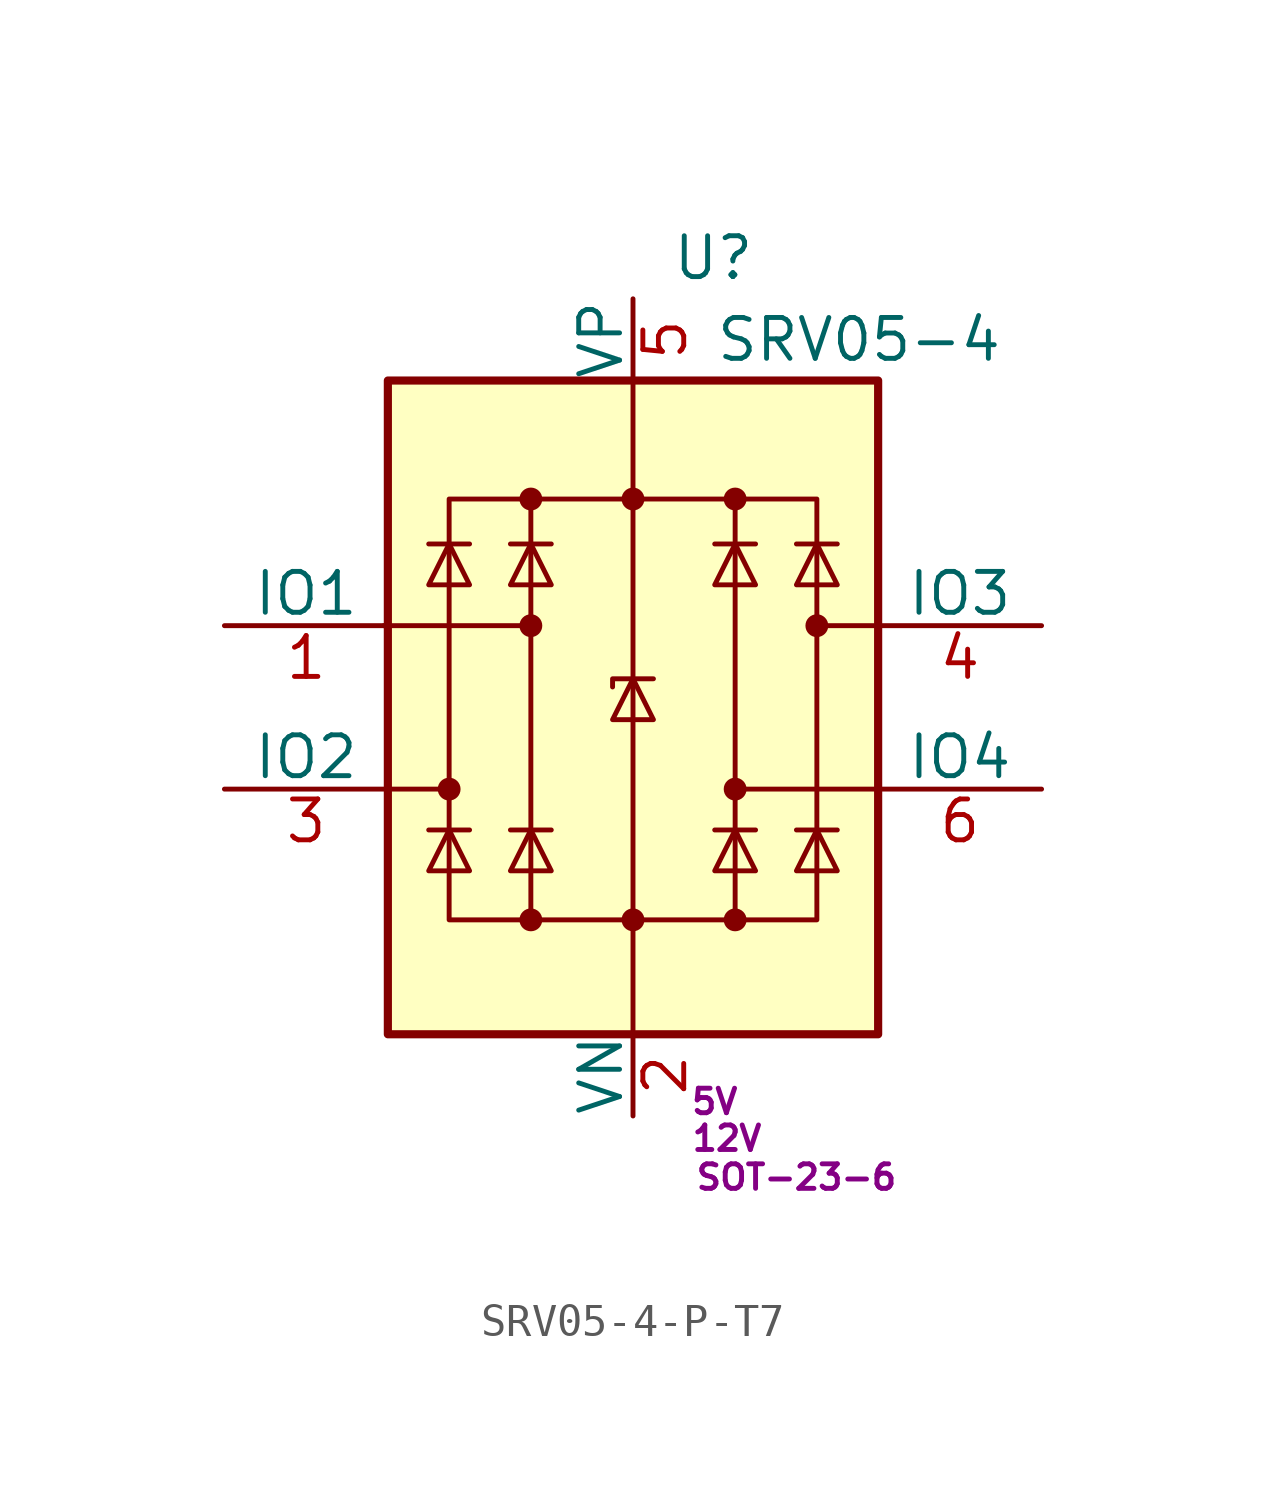
<source format=kicad_sym>
(kicad_symbol_lib
  (version 20220914)
  (generator kicad_symbol_editor)
  (symbol "SRV05-4-P-T7"
    (pin_names
      (offset 0))
    (property "Reference" "U"
      (at 3.81 13.97 0)
      (effects (font (size 1.27 1.27)) (justify right)))
    (property "Value" "SRV05-4"
      (at 2.54 11.43 0)
      (effects (font (size 1.27 1.27)) (justify left)))
    (property "Package" "SOT-23-6"
      (at 5.08 -14.605 0)
      (effects (font (size 0.762 0.762))))
    (property "VRWM" "5V"
      (at 2.54 -12.7 0)
      (effects (font (size 0.762 0.762)) (justify bottom)))
    (property "Vclamp" "12V"
      (at 2.921 -13.843 0)
      (effects (font (size 0.762 0.762)) (justify bottom)))
    (symbol "SRV05-4-P-T7_0_0"
      (rectangle (start -5.715 6.477) (end 5.715 -6.604) (stroke (width 0) (type default)) (fill (type none)))
      (polyline (pts (xy -3.175 -6.604) (xy -3.175 6.477)) (stroke (width 0) (type default)) (fill (type none)))
      (polyline (pts (xy 3.175 6.477) (xy 3.175 -6.604)) (stroke (width 0) (type default)) (fill (type none))))
    (symbol "SRV05-4-P-T7_0_1"
      (rectangle (start -7.62 10.16) (end 7.62 -10.16) (stroke (width 0.254) (type default)) (fill (type background)))
      (circle (center -5.715 -2.54) (radius 0.279) (stroke (width 0) (type default)) (fill (type outline)))
      (circle (center -3.175 -6.604) (radius 0.279) (stroke (width 0) (type default)) (fill (type outline)))
      (circle (center -3.175 2.54) (radius 0.279) (stroke (width 0) (type default)) (fill (type outline)))
      (circle (center -3.175 6.477) (radius 0.279) (stroke (width 0) (type default)) (fill (type outline)))
      (circle (center 0 -6.604) (radius 0.279) (stroke (width 0) (type default)) (fill (type outline)))
      (polyline (pts (xy -7.747 2.54) (xy -3.175 2.54)) (stroke (width 0) (type default)) (fill (type none)))
      (polyline (pts (xy -7.62 -2.54) (xy -5.715 -2.54)) (stroke (width 0) (type default)) (fill (type none)))
      (polyline (pts (xy -5.08 -3.81) (xy -6.35 -3.81)) (stroke (width 0) (type default)) (fill (type none)))
      (polyline (pts (xy -5.08 5.08) (xy -6.35 5.08)) (stroke (width 0) (type default)) (fill (type none)))
      (polyline (pts (xy -2.54 -3.81) (xy -3.81 -3.81)) (stroke (width 0) (type default)) (fill (type none)))
      (polyline (pts (xy -2.54 5.08) (xy -3.81 5.08)) (stroke (width 0) (type default)) (fill (type none)))
      (polyline (pts (xy 0 10.16) (xy 0 -10.16)) (stroke (width 0) (type default)) (fill (type none)))
      (polyline (pts (xy 3.81 -3.81) (xy 2.54 -3.81)) (stroke (width 0) (type default)) (fill (type none)))
      (polyline (pts (xy 3.81 5.08) (xy 2.54 5.08)) (stroke (width 0) (type default)) (fill (type none)))
      (polyline (pts (xy 6.35 -3.81) (xy 5.08 -3.81)) (stroke (width 0) (type default)) (fill (type none)))
      (polyline (pts (xy 6.35 5.08) (xy 5.08 5.08)) (stroke (width 0) (type default)) (fill (type none)))
      (polyline (pts (xy 7.62 -2.54) (xy 3.175 -2.54)) (stroke (width 0) (type default)) (fill (type none)))
      (polyline (pts (xy 7.62 2.54) (xy 5.715 2.54)) (stroke (width 0) (type default)) (fill (type none)))
      (polyline (pts (xy 0.635 0.889) (xy -0.635 0.889) (xy -0.635 0.635)) (stroke (width 0) (type default)) (fill (type none)))
      (polyline (pts (xy -5.08 -5.08) (xy -6.35 -5.08) (xy -5.715 -3.81) (xy -5.08 -5.08)) (stroke (width 0) (type default)) (fill (type none)))
      (polyline (pts (xy -5.08 3.81) (xy -6.35 3.81) (xy -5.715 5.08) (xy -5.08 3.81)) (stroke (width 0) (type default)) (fill (type none)))
      (polyline (pts (xy -2.54 -5.08) (xy -3.81 -5.08) (xy -3.175 -3.81) (xy -2.54 -5.08)) (stroke (width 0) (type default)) (fill (type none)))
      (polyline (pts (xy -2.54 3.81) (xy -3.81 3.81) (xy -3.175 5.08) (xy -2.54 3.81)) (stroke (width 0) (type default)) (fill (type none)))
      (polyline (pts (xy 0.635 -0.381) (xy -0.635 -0.381) (xy 0 0.889) (xy 0.635 -0.381)) (stroke (width 0) (type default)) (fill (type none)))
      (polyline (pts (xy 3.81 -5.08) (xy 2.54 -5.08) (xy 3.175 -3.81) (xy 3.81 -5.08)) (stroke (width 0) (type default)) (fill (type none)))
      (polyline (pts (xy 3.81 3.81) (xy 2.54 3.81) (xy 3.175 5.08) (xy 3.81 3.81)) (stroke (width 0) (type default)) (fill (type none)))
      (polyline (pts (xy 6.35 -5.08) (xy 5.08 -5.08) (xy 5.715 -3.81) (xy 6.35 -5.08)) (stroke (width 0) (type default)) (fill (type none)))
      (polyline (pts (xy 6.35 3.81) (xy 5.08 3.81) (xy 5.715 5.08) (xy 6.35 3.81)) (stroke (width 0) (type default)) (fill (type none)))
      (circle (center 0 6.477) (radius 0.279) (stroke (width 0) (type default)) (fill (type outline)))
      (circle (center 3.175 -6.604) (radius 0.279) (stroke (width 0) (type default)) (fill (type outline)))
      (circle (center 3.175 -2.54) (radius 0.279) (stroke (width 0) (type default)) (fill (type outline)))
      (circle (center 3.175 6.477) (radius 0.279) (stroke (width 0) (type default)) (fill (type outline)))
      (circle (center 5.715 2.54) (radius 0.279) (stroke (width 0) (type default)) (fill (type outline))))
    (symbol "SRV05-4-P-T7_1_1"
      (pin passive line (at -12.7 2.54 0) (length 5.08) (name "IO1" (effects (font (size 1.27 1.27)))) (number "1" (effects (font (size 1.27 1.27)))))
      (pin passive line (at 0 -12.7 90) (length 2.54) (name "VN" (effects (font (size 1.27 1.27)))) (number "2" (effects (font (size 1.27 1.27)))))
      (pin passive line (at -12.7 -2.54 0) (length 5.08) (name "IO2" (effects (font (size 1.27 1.27)))) (number "3" (effects (font (size 1.27 1.27)))))
      (pin passive line (at 12.7 2.54 180) (length 5.08) (name "IO3" (effects (font (size 1.27 1.27)))) (number "4" (effects (font (size 1.27 1.27)))))
      (pin passive line (at 0 12.7 270) (length 2.54) (name "VP" (effects (font (size 1.27 1.27)))) (number "5" (effects (font (size 1.27 1.27)))))
      (pin passive line (at 12.7 -2.54 180) (length 5.08) (name "IO4" (effects (font (size 1.27 1.27)))) (number "6" (effects (font (size 1.27 1.27))))))))
</source>
